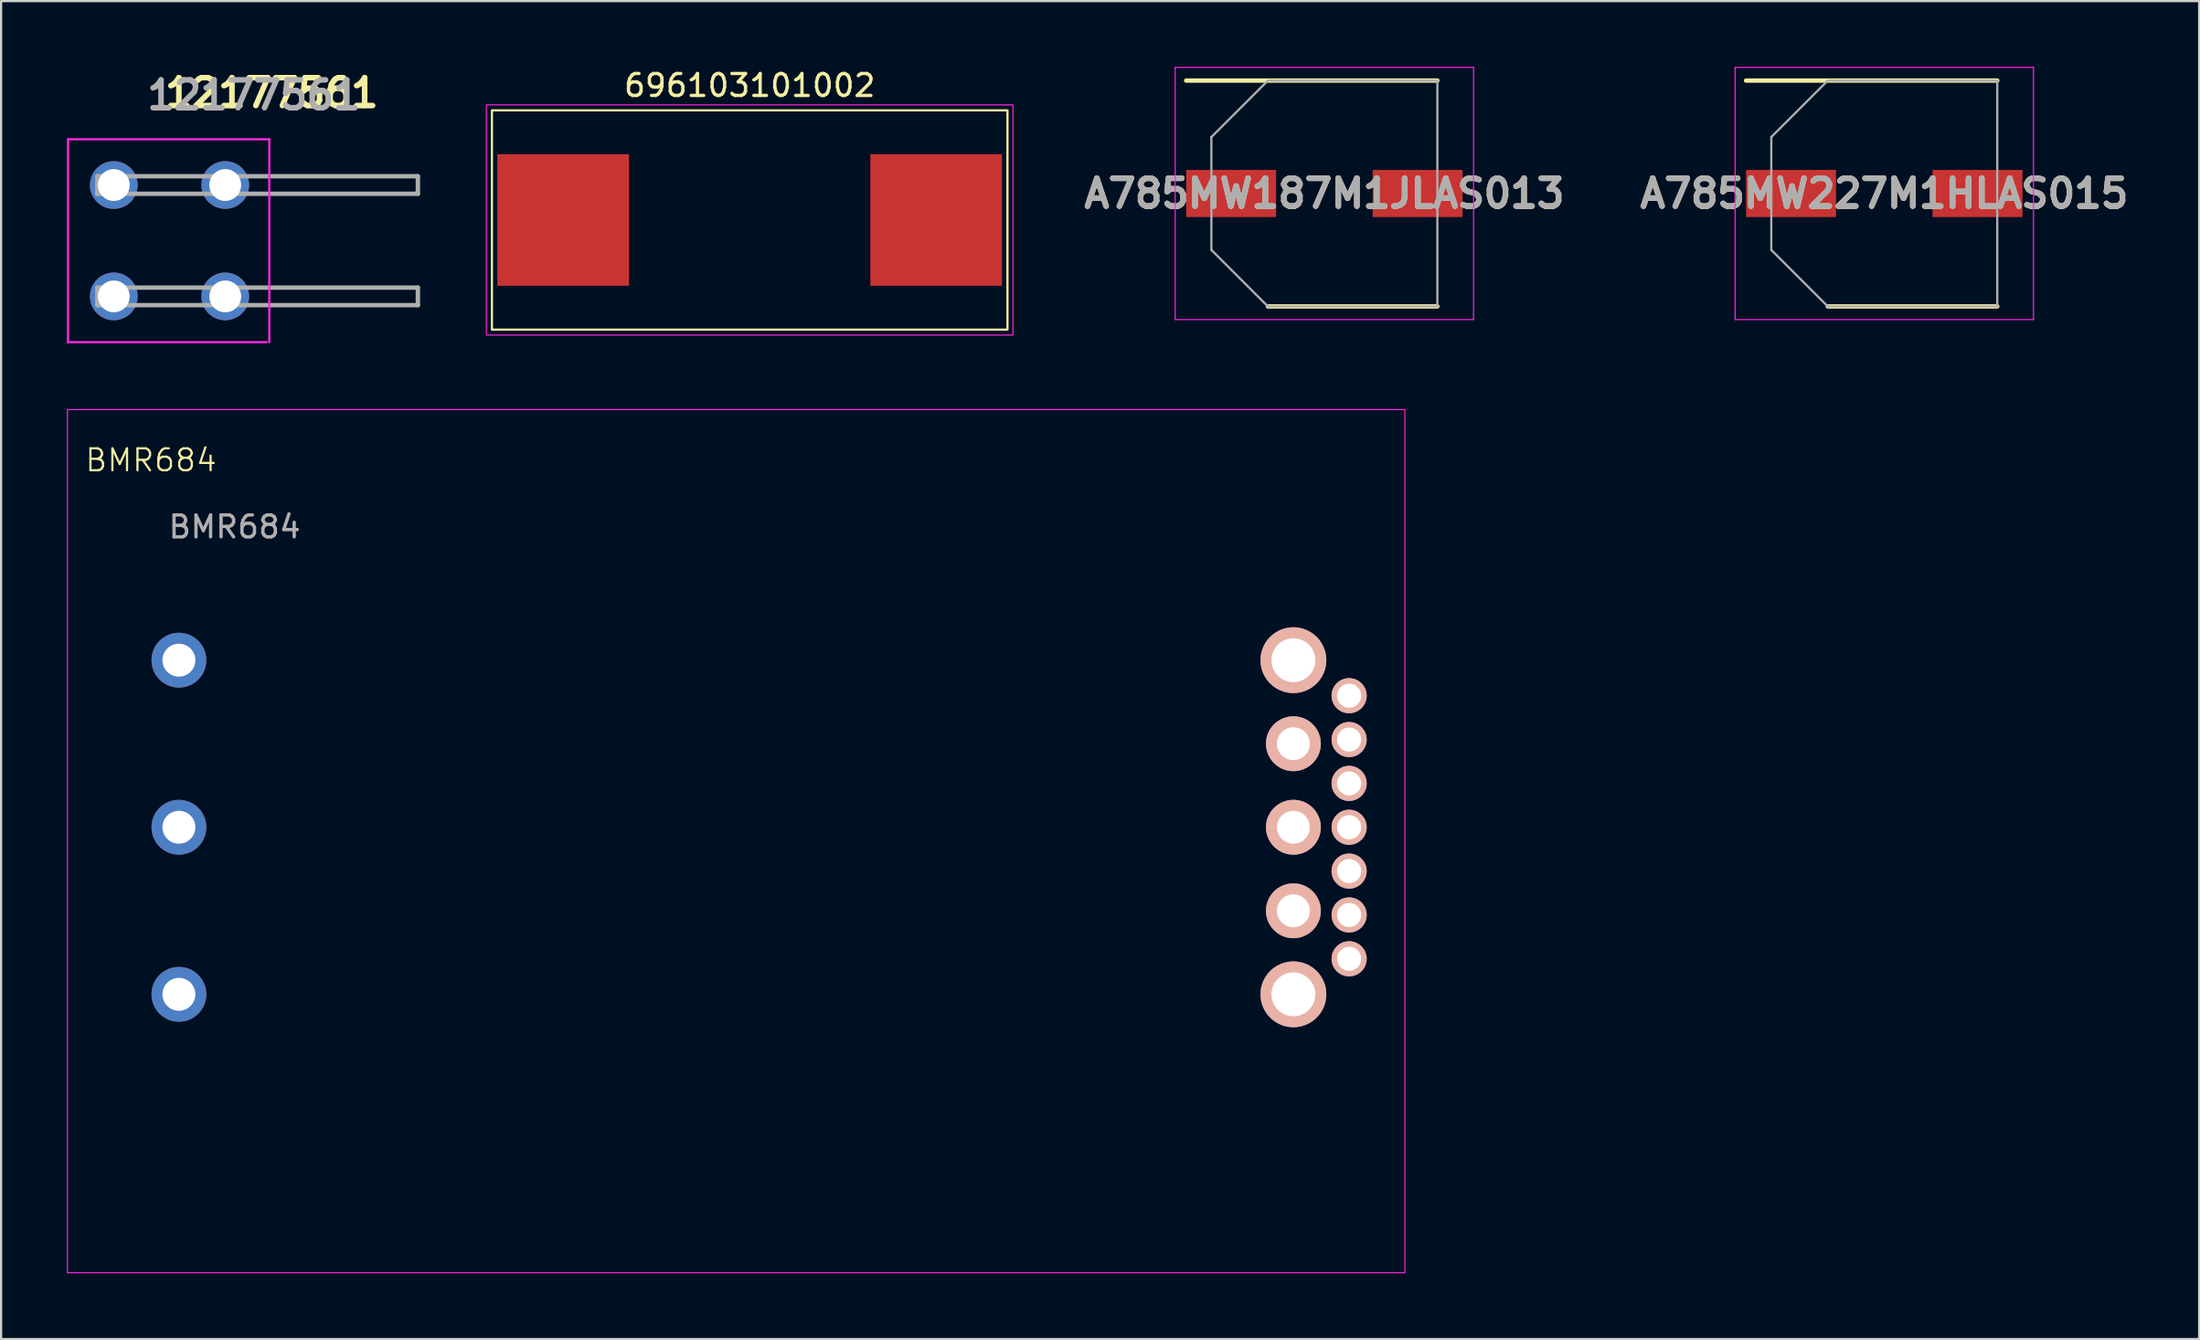
<source format=kicad_pcb>
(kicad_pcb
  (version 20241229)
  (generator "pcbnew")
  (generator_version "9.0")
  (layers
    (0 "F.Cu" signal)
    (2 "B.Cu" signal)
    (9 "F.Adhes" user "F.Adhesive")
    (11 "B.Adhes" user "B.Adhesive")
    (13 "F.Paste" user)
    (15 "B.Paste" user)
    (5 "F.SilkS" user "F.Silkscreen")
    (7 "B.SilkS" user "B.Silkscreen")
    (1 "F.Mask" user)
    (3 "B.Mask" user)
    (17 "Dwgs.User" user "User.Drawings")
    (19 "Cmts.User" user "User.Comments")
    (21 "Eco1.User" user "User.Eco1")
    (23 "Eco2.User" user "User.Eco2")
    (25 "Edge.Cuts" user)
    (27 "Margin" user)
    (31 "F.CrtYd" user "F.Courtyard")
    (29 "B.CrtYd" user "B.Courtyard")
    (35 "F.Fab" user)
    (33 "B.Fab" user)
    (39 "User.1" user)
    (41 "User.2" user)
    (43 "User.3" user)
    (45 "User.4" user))
  (footprint "BMR684"
    (layer "F.Cu")
    (at 5.105 27.061)
    (property "Reference" "BMR684" (at -1.27 -9.12 0) (unlocked yes) (layer "F.SilkS") (effects (font (size 1 1) (thickness 0.1))))
    (attr through_hole)
    (fp_rect (start -5.08 -11.43) (end 55.88 27.94) (stroke (width 0.05) (type default)) (fill no) (layer "F.CrtYd"))
    (fp_text user "${REFERENCE}" (at 2.54 -6.08 0) (unlocked yes) (layer "F.Fab") (effects (font (size 1 1) (thickness 0.15))))
    (pad "1" thru_hole circle (at 0 0) (size 2.5 2.5) (drill 1.5) (layers "*.Cu" "*.Mask"))
    (pad "2" thru_hole circle (at 0 7.62) (size 2.5 2.5) (drill 1.5) (layers "*.Cu" "*.Mask"))
    (pad "3" thru_hole circle (at 0 15.24) (size 2.5 2.5) (drill 1.5) (layers "*.Cu" "*.Mask"))
    (pad "4" thru_hole circle (at 50.8 15.24) (size 3 3) (drill 2) (layers "*.Cu" "*.Mask" "B.SilkS"))
    (pad "5" thru_hole circle (at 50.8 11.43) (size 2.5 2.5) (drill 1.5) (layers "*.Cu" "*.Mask" "B.SilkS"))
    (pad "6" thru_hole circle (at 50.8 7.62) (size 2.5 2.5) (drill 1.5) (layers "*.Cu" "*.Mask" "B.SilkS"))
    (pad "7" thru_hole circle (at 50.8 3.81) (size 2.5 2.5) (drill 1.5) (layers "*.Cu" "*.Mask" "B.SilkS"))
    (pad "8" thru_hole circle (at 50.8 0) (size 3 3) (drill 2) (layers "*.Cu" "*.Mask" "B.SilkS"))
    (pad "9" thru_hole circle (at 53.34 13.62) (size 1.6 1.6) (drill 1.1) (layers "*.Cu" "*.Mask" "B.SilkS"))
    (pad "10" thru_hole circle (at 53.34 11.62) (size 1.6 1.6) (drill 1.1) (layers "*.Cu" "*.Mask" "B.SilkS"))
    (pad "11" thru_hole circle (at 53.34 9.62) (size 1.6 1.6) (drill 1.1) (layers "*.Cu" "*.Mask" "B.SilkS"))
    (pad "12" thru_hole circle (at 53.34 7.62) (size 1.6 1.6) (drill 1.1) (layers "*.Cu" "*.Mask" "B.SilkS"))
    (pad "13" thru_hole circle (at 53.34 5.62) (size 1.6 1.6) (drill 1.1) (layers "*.Cu" "*.Mask" "B.SilkS"))
    (pad "14" thru_hole circle (at 53.34 3.62) (size 1.6 1.6) (drill 1.1) (layers "*.Cu" "*.Mask" "B.SilkS"))
    (pad "15" thru_hole circle (at 53.34 1.62) (size 1.6 1.6) (drill 1.1) (layers "*.Cu" "*.Mask" "B.SilkS")))
  (footprint "A785MW187M1JLAS013"
    (layer "F.Cu")
    (at 57.317 5.775)
    (property "Reference" "A785MW187M1JLAS013" (at 0 0 0) (layer "F.SilkS") (effects (font (size 1.27 1.27) (thickness 0.254))))
    (attr smd)
    (fp_line (start -6.3 -5.15) (end 5.15 -5.15) (stroke (width 0.2) (type solid)) (layer "F.SilkS"))
    (fp_line (start -2.575 5.15) (end 5.15 5.15) (stroke (width 0.2) (type solid)) (layer "F.SilkS"))
    (fp_line (start -6.8 -5.75) (end 6.8 -5.75) (stroke (width 0.05) (type solid)) (layer "F.CrtYd"))
    (fp_line (start -6.8 5.75) (end -6.8 -5.75) (stroke (width 0.05) (type solid)) (layer "F.CrtYd"))
    (fp_line (start 6.8 -5.75) (end 6.8 5.75) (stroke (width 0.05) (type solid)) (layer "F.CrtYd"))
    (fp_line (start 6.8 5.75) (end -6.8 5.75) (stroke (width 0.05) (type solid)) (layer "F.CrtYd"))
    (fp_line (start -5.15 -2.575) (end -5.15 2.575) (stroke (width 0.1) (type solid)) (layer "F.Fab"))
    (fp_line (start -5.15 2.575) (end -2.575 5.15) (stroke (width 0.1) (type solid)) (layer "F.Fab"))
    (fp_line (start -2.575 -5.15) (end -5.15 -2.575) (stroke (width 0.1) (type solid)) (layer "F.Fab"))
    (fp_line (start -2.575 5.15) (end 5.15 5.15) (stroke (width 0.1) (type solid)) (layer "F.Fab"))
    (fp_line (start 5.15 -5.15) (end -2.575 -5.15) (stroke (width 0.1) (type solid)) (layer "F.Fab"))
    (fp_line (start 5.15 5.15) (end 5.15 -5.15) (stroke (width 0.1) (type solid)) (layer "F.Fab"))
    (fp_text user "${REFERENCE}" (at 0 0 0) (layer "F.Fab") (effects (font (size 1.27 1.27) (thickness 0.254))))
    (pad "1" smd rect (at -4.25 0 90) (size 2.15 4.1) (layers "F.Cu" "F.Mask" "F.Paste"))
    (pad "2" smd rect (at 4.25 0 90) (size 2.15 4.1) (layers "F.Cu" "F.Mask" "F.Paste")))
  (footprint "A785MW227M1HLAS015"
    (layer "F.Cu")
    (at 82.838 5.775)
    (property "Reference" "A785MW227M1HLAS015" (at 0 0 0) (layer "F.SilkS") (effects (font (size 1.27 1.27) (thickness 0.254))))
    (attr smd)
    (fp_line (start -6.3 -5.15) (end 5.15 -5.15) (stroke (width 0.2) (type solid)) (layer "F.SilkS"))
    (fp_line (start -2.575 5.15) (end 5.15 5.15) (stroke (width 0.2) (type solid)) (layer "F.SilkS"))
    (fp_line (start -6.8 -5.75) (end 6.8 -5.75) (stroke (width 0.05) (type solid)) (layer "F.CrtYd"))
    (fp_line (start -6.8 5.75) (end -6.8 -5.75) (stroke (width 0.05) (type solid)) (layer "F.CrtYd"))
    (fp_line (start 6.8 -5.75) (end 6.8 5.75) (stroke (width 0.05) (type solid)) (layer "F.CrtYd"))
    (fp_line (start 6.8 5.75) (end -6.8 5.75) (stroke (width 0.05) (type solid)) (layer "F.CrtYd"))
    (fp_line (start -5.15 -2.575) (end -5.15 2.575) (stroke (width 0.1) (type solid)) (layer "F.Fab"))
    (fp_line (start -5.15 2.575) (end -2.575 5.15) (stroke (width 0.1) (type solid)) (layer "F.Fab"))
    (fp_line (start -2.575 -5.15) (end -5.15 -2.575) (stroke (width 0.1) (type solid)) (layer "F.Fab"))
    (fp_line (start -2.575 5.15) (end 5.15 5.15) (stroke (width 0.1) (type solid)) (layer "F.Fab"))
    (fp_line (start 5.15 -5.15) (end -2.575 -5.15) (stroke (width 0.1) (type solid)) (layer "F.Fab"))
    (fp_line (start 5.15 5.15) (end 5.15 -5.15) (stroke (width 0.1) (type solid)) (layer "F.Fab"))
    (fp_text user "${REFERENCE}" (at 0 0 0) (layer "F.Fab") (effects (font (size 1.27 1.27) (thickness 0.254))))
    (pad "1" smd rect (at -4.25 0 90) (size 2.15 4.1) (layers "F.Cu" "F.Mask" "F.Paste"))
    (pad "2" smd rect (at 4.25 0 90) (size 2.15 4.1) (layers "F.Cu" "F.Mask" "F.Paste")))
  (footprint "12177561"
    (layer "F.Cu")
    (at 2.137 5.389)
    (property "Reference" "12177561" (at 7.2 -4.2 0) (layer "F.SilkS") (effects (font (size 1.27 1.27) (thickness 0.254))))
    (attr through_hole)
    (fp_line (start 1.54 -0.4) (end 3.54 -0.4) (stroke (width 0.1) (type solid)) (layer "F.SilkS"))
    (fp_line (start 1.54 0.4) (end 3.54 0.4) (stroke (width 0.1) (type solid)) (layer "F.SilkS"))
    (fp_line (start 1.54 4.68) (end 3.54 4.68) (stroke (width 0.1) (type solid)) (layer "F.SilkS"))
    (fp_line (start 1.54 5.48) (end 3.54 5.48) (stroke (width 0.1) (type solid)) (layer "F.SilkS"))
    (fp_line (start -2.087 -2.087) (end 7.087 -2.087) (stroke (width 0.1) (type solid)) (layer "F.CrtYd"))
    (fp_line (start -2.087 7.167) (end -2.087 -2.087) (stroke (width 0.1) (type solid)) (layer "F.CrtYd"))
    (fp_line (start -2.087 7.167) (end 6.968 7.167) (stroke (width 0.1) (type solid)) (layer "F.CrtYd"))
    (fp_line (start 7.087 -2.087) (end 7.087 7.167) (stroke (width 0.1) (type solid)) (layer "F.CrtYd"))
    (fp_line (start -0.75 -0.4) (end 13.86 -0.4) (stroke (width 0.2) (type solid)) (layer "F.Fab"))
    (fp_line (start -0.75 0.4) (end -0.75 -0.4) (stroke (width 0.2) (type solid)) (layer "F.Fab"))
    (fp_line (start -0.75 4.68) (end 13.86 4.68) (stroke (width 0.2) (type solid)) (layer "F.Fab"))
    (fp_line (start -0.75 5.48) (end -0.75 4.68) (stroke (width 0.2) (type solid)) (layer "F.Fab"))
    (fp_line (start 13.86 -0.4) (end 13.86 0.4) (stroke (width 0.2) (type solid)) (layer "F.Fab"))
    (fp_line (start 13.86 0.4) (end -0.75 0.4) (stroke (width 0.2) (type solid)) (layer "F.Fab"))
    (fp_line (start 13.86 4.68) (end 13.86 5.48) (stroke (width 0.2) (type solid)) (layer "F.Fab"))
    (fp_line (start 13.86 5.48) (end -0.75 5.48) (stroke (width 0.2) (type solid)) (layer "F.Fab"))
    (fp_text user "${REFERENCE}" (at 6.386 -4.1 0) (layer "F.Fab") (effects (font (size 1.27 1.27) (thickness 0.254))))
    (pad "1" thru_hole circle (at 0 0) (size 2.175 2.175) (drill 1.45) (layers "*.Cu" "*.Mask"))
    (pad "1" thru_hole circle (at 5.08 0) (size 2.175 2.175) (drill 1.45) (layers "*.Cu" "*.Mask"))
    (pad "2" thru_hole circle (at 0 5.08) (size 2.175 2.175) (drill 1.45) (layers "*.Cu" "*.Mask"))
    (pad "2" thru_hole circle (at 5.08 5.08) (size 2.175 2.175) (drill 1.45) (layers "*.Cu" "*.Mask")))
  (footprint "696103101002"
    (layer "F.Cu")
    (at 31.122 6.983)
    (property "Reference" "696103101002" (at 0 -6.135 0) (layer "F.SilkS") (effects (font (size 1 1) (thickness 0.15))))
    (attr smd)
    (fp_rect (start -11.75 -5) (end 11.75 5) (stroke (width 0.1) (type default)) (fill no) (layer "F.SilkS"))
    (fp_rect (start -12 -5.25) (end 12 5.25) (stroke (width 0.05) (type default)) (fill no) (layer "F.CrtYd"))
    (pad "1" smd rect (at -8.5 0) (size 6 6) (layers "F.Cu" "F.Mask" "F.Paste"))
    (pad "2" smd rect (at 8.5 0) (size 6 6) (layers "F.Cu" "F.Mask" "F.Paste")))
  (gr_rect
    (start -3 -3)
    (end 97.19 58.026)
    (stroke (width 0.1) (type default))
    (fill no)
    (layer "Edge.Cuts")))
</source>
